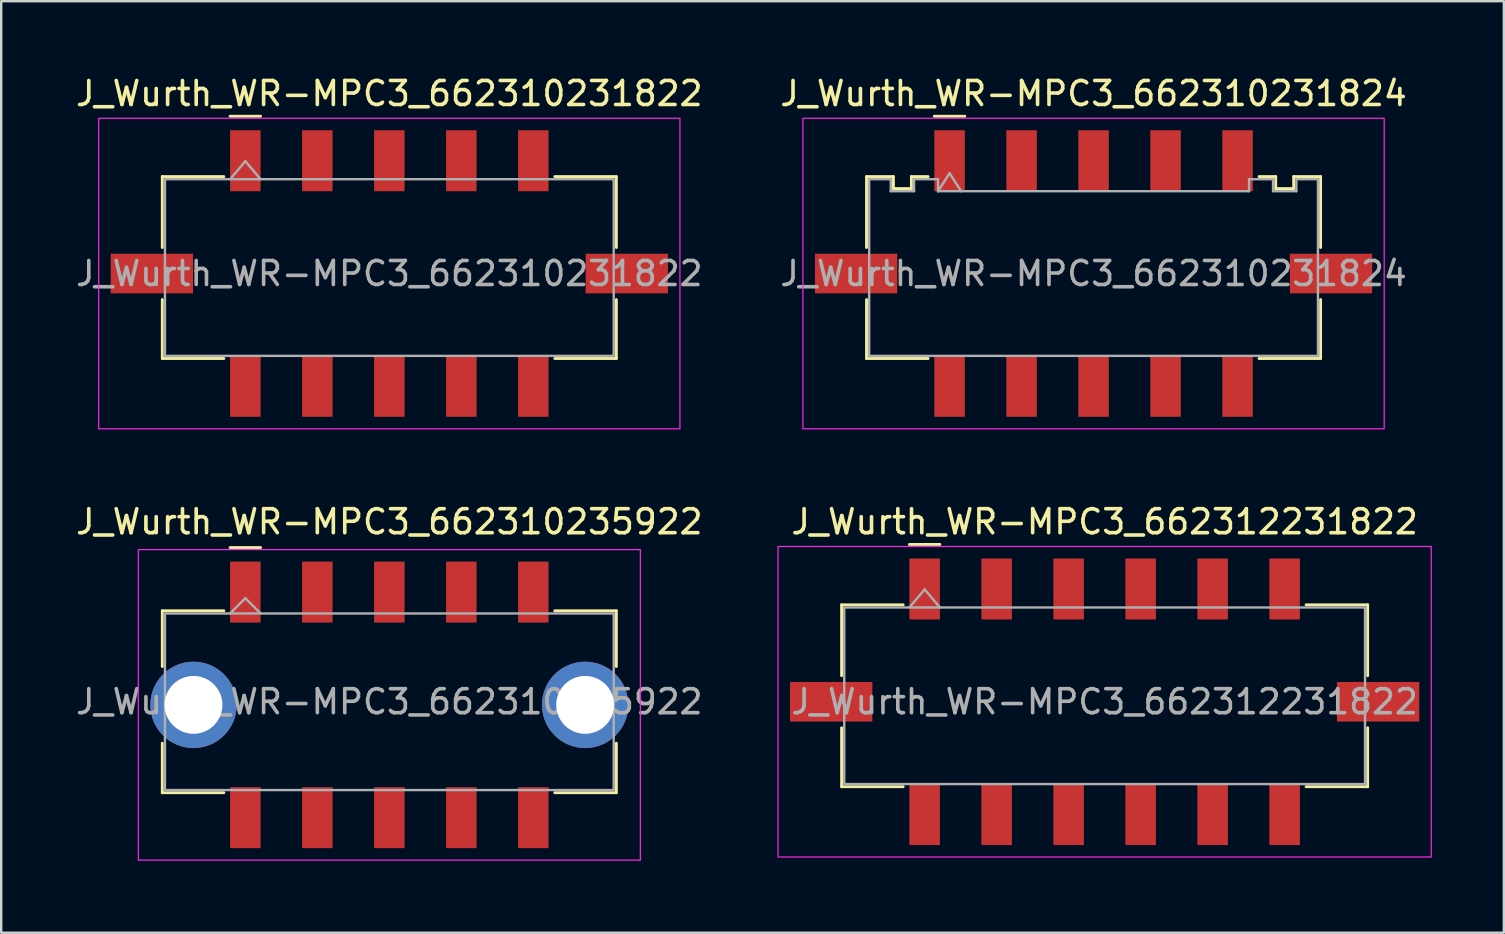
<source format=kicad_pcb>
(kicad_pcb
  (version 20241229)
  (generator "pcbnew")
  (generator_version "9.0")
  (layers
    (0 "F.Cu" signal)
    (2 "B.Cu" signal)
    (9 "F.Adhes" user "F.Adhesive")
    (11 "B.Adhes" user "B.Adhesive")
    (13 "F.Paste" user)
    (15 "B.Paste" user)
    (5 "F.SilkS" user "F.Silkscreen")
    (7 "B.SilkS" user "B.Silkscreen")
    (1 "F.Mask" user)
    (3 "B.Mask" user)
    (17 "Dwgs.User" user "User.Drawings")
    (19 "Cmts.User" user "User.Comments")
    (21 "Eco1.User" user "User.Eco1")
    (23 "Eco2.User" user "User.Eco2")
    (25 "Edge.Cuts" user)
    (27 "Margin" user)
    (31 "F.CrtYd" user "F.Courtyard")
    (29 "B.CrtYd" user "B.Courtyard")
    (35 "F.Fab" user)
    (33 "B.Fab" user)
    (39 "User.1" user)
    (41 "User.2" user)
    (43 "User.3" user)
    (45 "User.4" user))
  (footprint "J_Wurth_WR-MPC3_662310235922"
    (layer "F.Cu")
    (at 13.173 26.192)
    (property "Reference" "J_Wurth_WR-MPC3_662310235922" (at 0 -7.5 0) (unlocked yes) (layer "F.SilkS") (effects (font (size 1 1) (thickness 0.15))))
    (attr smd)
    (fp_line (start -9.46 -3.79) (end -9.46 -1.468) (stroke (width 0.12) (type default)) (layer "F.SilkS"))
    (fp_line (start -9.46 1.728) (end -9.46 3.79) (stroke (width 0.12) (type default)) (layer "F.SilkS"))
    (fp_line (start -6.895 -3.79) (end -9.46 -3.79) (stroke (width 0.12) (type solid)) (layer "F.SilkS"))
    (fp_line (start -6.895 3.79) (end -9.46 3.79) (stroke (width 0.12) (type solid)) (layer "F.SilkS"))
    (fp_line (start -6.635 -6.425) (end -5.365 -6.425) (stroke (width 0.12) (type solid)) (layer "F.SilkS"))
    (fp_line (start 9.46 -3.79) (end 6.895 -3.79) (stroke (width 0.12) (type solid)) (layer "F.SilkS"))
    (fp_line (start 9.46 -3.79) (end 9.46 -1.468) (stroke (width 0.12) (type default)) (layer "F.SilkS"))
    (fp_line (start 9.46 1.728) (end 9.46 3.79) (stroke (width 0.12) (type default)) (layer "F.SilkS"))
    (fp_line (start 9.46 3.79) (end 6.895 3.79) (stroke (width 0.12) (type solid)) (layer "F.SilkS"))
    (fp_rect (start -10.46 -6.34) (end 10.46 6.6) (stroke (width 0.05) (type solid)) (fill no) (layer "F.CrtYd"))
    (fp_line (start -6 -4.315) (end -6.635 -3.68) (stroke (width 0.1) (type default)) (layer "F.Fab"))
    (fp_line (start -5.365 -3.68) (end -6 -4.315) (stroke (width 0.1) (type default)) (layer "F.Fab"))
    (fp_rect (start -9.35 -3.68) (end 9.35 3.68) (stroke (width 0.1) (type solid)) (fill no) (layer "F.Fab"))
    (fp_text user "${REFERENCE}" (at 0 0 0) (unlocked yes) (layer "F.Fab") (effects (font (size 1 1) (thickness 0.15))))
    (pad "1" smd rect (at -6 -4.57 180) (size 1.27 2.54) (layers "F.Cu" "F.Mask" "F.Paste"))
    (pad "2" smd rect (at -3 -4.57 180) (size 1.27 2.54) (layers "F.Cu" "F.Mask" "F.Paste"))
    (pad "3" smd rect (at 0 -4.57 180) (size 1.27 2.54) (layers "F.Cu" "F.Mask" "F.Paste"))
    (pad "4" smd rect (at 3 -4.57 180) (size 1.27 2.54) (layers "F.Cu" "F.Mask" "F.Paste"))
    (pad "5" smd rect (at 6 -4.57 180) (size 1.27 2.54) (layers "F.Cu" "F.Mask" "F.Paste"))
    (pad "6" smd rect (at -6 4.83 180) (size 1.27 2.54) (layers "F.Cu" "F.Mask" "F.Paste"))
    (pad "7" smd rect (at -3 4.83 180) (size 1.27 2.54) (layers "F.Cu" "F.Mask" "F.Paste"))
    (pad "8" smd rect (at 0 4.83 180) (size 1.27 2.54) (layers "F.Cu" "F.Mask" "F.Paste"))
    (pad "9" smd rect (at 3 4.83 180) (size 1.27 2.54) (layers "F.Cu" "F.Mask" "F.Paste"))
    (pad "10" smd rect (at 6 4.83 180) (size 1.27 2.54) (layers "F.Cu" "F.Mask" "F.Paste"))
    (pad "MH1" thru_hole circle (at 8.16 0.13 180) (size 3.6 3.6) (drill 2.41) (layers "*.Cu" "*.Mask"))
    (pad "MH2" thru_hole circle (at -8.16 0.13 180) (size 3.6 3.6) (drill 2.41) (layers "*.Cu" "*.Mask")))
  (footprint "J_Wurth_WR-MPC3_662312231822"
    (layer "F.Cu")
    (at 42.98 26.192)
    (property "Reference" "J_Wurth_WR-MPC3_662312231822" (at 0 -7.5 0) (unlocked yes) (layer "F.SilkS") (effects (font (size 1 1) (thickness 0.15))))
    (attr smd)
    (fp_line (start -10.96 -4.04) (end -8.395 -4.04) (stroke (width 0.12) (type solid)) (layer "F.SilkS"))
    (fp_line (start -10.96 -1.085) (end -10.96 -4.04) (stroke (width 0.12) (type solid)) (layer "F.SilkS"))
    (fp_line (start -10.96 3.54) (end -10.96 1.085) (stroke (width 0.12) (type solid)) (layer "F.SilkS"))
    (fp_line (start -10.96 3.54) (end -8.395 3.54) (stroke (width 0.12) (type solid)) (layer "F.SilkS"))
    (fp_line (start -8.135 -6.555) (end -6.865 -6.555) (stroke (width 0.12) (type solid)) (layer "F.SilkS"))
    (fp_line (start 8.395 -4.04) (end 10.96 -4.04) (stroke (width 0.12) (type solid)) (layer "F.SilkS"))
    (fp_line (start 8.395 3.54) (end 10.96 3.54) (stroke (width 0.12) (type solid)) (layer "F.SilkS"))
    (fp_line (start 10.96 -1.085) (end 10.96 -4.04) (stroke (width 0.12) (type solid)) (layer "F.SilkS"))
    (fp_line (start 10.96 3.54) (end 10.96 1.085) (stroke (width 0.12) (type solid)) (layer "F.SilkS"))
    (fp_rect (start -13.61 -6.47) (end 13.61 6.47) (stroke (width 0.05) (type solid)) (fill no) (layer "F.CrtYd"))
    (fp_line (start -7.5 -4.68) (end -8.135 -3.93) (stroke (width 0.1) (type solid)) (layer "F.Fab"))
    (fp_line (start -7.5 -4.68) (end -6.865 -3.93) (stroke (width 0.1) (type solid)) (layer "F.Fab"))
    (fp_rect (start -10.85 -3.93) (end 10.85 3.43) (stroke (width 0.1) (type solid)) (fill no) (layer "F.Fab"))
    (fp_text user "${REFERENCE}" (at 0 0 0) (unlocked yes) (layer "F.Fab") (effects (font (size 1 1) (thickness 0.15))))
    (pad "1" smd rect (at -7.5 -4.7 180) (size 1.27 2.54) (layers "F.Cu" "F.Mask" "F.Paste"))
    (pad "2" smd rect (at -4.5 -4.7 180) (size 1.27 2.54) (layers "F.Cu" "F.Mask" "F.Paste"))
    (pad "3" smd rect (at -1.5 -4.7 180) (size 1.27 2.54) (layers "F.Cu" "F.Mask" "F.Paste"))
    (pad "4" smd rect (at 1.5 -4.7 180) (size 1.27 2.54) (layers "F.Cu" "F.Mask" "F.Paste"))
    (pad "5" smd rect (at 4.5 -4.7 180) (size 1.27 2.54) (layers "F.Cu" "F.Mask" "F.Paste"))
    (pad "6" smd rect (at 7.5 -4.7 180) (size 1.27 2.54) (layers "F.Cu" "F.Mask" "F.Paste"))
    (pad "7" smd rect (at -7.5 4.7 180) (size 1.27 2.54) (layers "F.Cu" "F.Mask" "F.Paste"))
    (pad "8" smd rect (at -4.5 4.7 180) (size 1.27 2.54) (layers "F.Cu" "F.Mask" "F.Paste"))
    (pad "9" smd rect (at -1.5 4.7 180) (size 1.27 2.54) (layers "F.Cu" "F.Mask" "F.Paste"))
    (pad "10" smd rect (at 1.5 4.7 180) (size 1.27 2.54) (layers "F.Cu" "F.Mask" "F.Paste"))
    (pad "11" smd rect (at 4.5 4.7 180) (size 1.27 2.54) (layers "F.Cu" "F.Mask" "F.Paste"))
    (pad "12" smd rect (at 7.5 4.7 180) (size 1.27 2.54) (layers "F.Cu" "F.Mask" "F.Paste"))
    (pad "MP1" smd rect (at 11.395 0 180) (size 3.43 1.65) (layers "F.Cu" "F.Mask" "F.Paste"))
    (pad "MP2" smd rect (at -11.395 0 180) (size 3.43 1.65) (layers "F.Cu" "F.Mask" "F.Paste")))
  (footprint "J_Wurth_WR-MPC3_662310231822"
    (layer "F.Cu")
    (at 13.173 8.348)
    (property "Reference" "J_Wurth_WR-MPC3_662310231822" (at 0 -7.5 0) (unlocked yes) (layer "F.SilkS") (effects (font (size 1 1) (thickness 0.15))))
    (attr smd)
    (fp_line (start -9.46 -4.04) (end -6.895 -4.04) (stroke (width 0.12) (type solid)) (layer "F.SilkS"))
    (fp_line (start -9.46 -1.085) (end -9.46 -4.04) (stroke (width 0.12) (type solid)) (layer "F.SilkS"))
    (fp_line (start -9.46 3.54) (end -9.46 1.085) (stroke (width 0.12) (type solid)) (layer "F.SilkS"))
    (fp_line (start -9.46 3.54) (end -6.895 3.54) (stroke (width 0.12) (type solid)) (layer "F.SilkS"))
    (fp_line (start -6.635 -6.555) (end -5.365 -6.555) (stroke (width 0.12) (type solid)) (layer "F.SilkS"))
    (fp_line (start 6.895 -4.04) (end 9.46 -4.04) (stroke (width 0.12) (type solid)) (layer "F.SilkS"))
    (fp_line (start 6.895 3.54) (end 9.46 3.54) (stroke (width 0.12) (type solid)) (layer "F.SilkS"))
    (fp_line (start 9.46 -1.085) (end 9.46 -4.04) (stroke (width 0.12) (type solid)) (layer "F.SilkS"))
    (fp_line (start 9.46 3.54) (end 9.46 1.085) (stroke (width 0.12) (type solid)) (layer "F.SilkS"))
    (fp_rect (start -12.11 -6.47) (end 12.11 6.47) (stroke (width 0.05) (type solid)) (fill no) (layer "F.CrtYd"))
    (fp_line (start -6 -4.68) (end -6.635 -3.93) (stroke (width 0.1) (type solid)) (layer "F.Fab"))
    (fp_line (start -6 -4.68) (end -5.365 -3.93) (stroke (width 0.1) (type solid)) (layer "F.Fab"))
    (fp_rect (start -9.35 -3.93) (end 9.35 3.43) (stroke (width 0.1) (type solid)) (fill no) (layer "F.Fab"))
    (fp_text user "${REFERENCE}" (at 0 0 0) (unlocked yes) (layer "F.Fab") (effects (font (size 1 1) (thickness 0.15))))
    (pad "1" smd rect (at -6 -4.7 180) (size 1.27 2.54) (layers "F.Cu" "F.Mask" "F.Paste"))
    (pad "2" smd rect (at -3 -4.7 180) (size 1.27 2.54) (layers "F.Cu" "F.Mask" "F.Paste"))
    (pad "3" smd rect (at 0 -4.7 180) (size 1.27 2.54) (layers "F.Cu" "F.Mask" "F.Paste"))
    (pad "4" smd rect (at 3 -4.7 180) (size 1.27 2.54) (layers "F.Cu" "F.Mask" "F.Paste"))
    (pad "5" smd rect (at 6 -4.7 180) (size 1.27 2.54) (layers "F.Cu" "F.Mask" "F.Paste"))
    (pad "6" smd rect (at -6 4.7 180) (size 1.27 2.54) (layers "F.Cu" "F.Mask" "F.Paste"))
    (pad "7" smd rect (at -3 4.7 180) (size 1.27 2.54) (layers "F.Cu" "F.Mask" "F.Paste"))
    (pad "8" smd rect (at 0 4.7 180) (size 1.27 2.54) (layers "F.Cu" "F.Mask" "F.Paste"))
    (pad "9" smd rect (at 3 4.7 180) (size 1.27 2.54) (layers "F.Cu" "F.Mask" "F.Paste"))
    (pad "10" smd rect (at 6 4.7 180) (size 1.27 2.54) (layers "F.Cu" "F.Mask" "F.Paste"))
    (pad "MP1" smd rect (at 9.895 0 180) (size 3.43 1.65) (layers "F.Cu" "F.Mask" "F.Paste"))
    (pad "MP2" smd rect (at -9.895 0 180) (size 3.43 1.65) (layers "F.Cu" "F.Mask" "F.Paste")))
  (footprint "J_Wurth_WR-MPC3_662310231824"
    (layer "F.Cu")
    (at 42.518 8.348)
    (property "Reference" "J_Wurth_WR-MPC3_662310231824" (at 0 -7.5 0) (unlocked yes) (layer "F.SilkS") (effects (font (size 1 1) (thickness 0.15))))
    (attr smd)
    (fp_line (start -9.46 -4.04) (end -9.46 -1.085) (stroke (width 0.12) (type solid)) (layer "F.SilkS"))
    (fp_line (start -9.46 3.54) (end -9.46 1.085) (stroke (width 0.12) (type solid)) (layer "F.SilkS"))
    (fp_line (start -8.34 -4.04) (end -9.46 -4.04) (stroke (width 0.12) (type default)) (layer "F.SilkS"))
    (fp_line (start -8.34 -3.54) (end -8.34 -4.04) (stroke (width 0.12) (type default)) (layer "F.SilkS"))
    (fp_line (start -7.59 -4.04) (end -7.59 -3.54) (stroke (width 0.12) (type default)) (layer "F.SilkS"))
    (fp_line (start -7.59 -4.04) (end -6.895 -4.04) (stroke (width 0.12) (type solid)) (layer "F.SilkS"))
    (fp_line (start -7.59 -3.54) (end -8.34 -3.54) (stroke (width 0.12) (type default)) (layer "F.SilkS"))
    (fp_line (start -6.895 3.54) (end -9.46 3.54) (stroke (width 0.12) (type solid)) (layer "F.SilkS"))
    (fp_line (start -6.635 -6.555) (end -5.365 -6.555) (stroke (width 0.12) (type solid)) (layer "F.SilkS"))
    (fp_line (start 6.895 -4.04) (end 7.59 -4.04) (stroke (width 0.12) (type solid)) (layer "F.SilkS"))
    (fp_line (start 7.59 -3.54) (end 7.59 -4.04) (stroke (width 0.12) (type default)) (layer "F.SilkS"))
    (fp_line (start 8.34 -4.04) (end 8.34 -3.54) (stroke (width 0.12) (type default)) (layer "F.SilkS"))
    (fp_line (start 8.34 -3.54) (end 7.59 -3.54) (stroke (width 0.12) (type default)) (layer "F.SilkS"))
    (fp_line (start 9.46 -4.04) (end 8.34 -4.04) (stroke (width 0.12) (type default)) (layer "F.SilkS"))
    (fp_line (start 9.46 -4.04) (end 9.46 -1.085) (stroke (width 0.12) (type solid)) (layer "F.SilkS"))
    (fp_line (start 9.46 3.54) (end 6.895 3.54) (stroke (width 0.12) (type solid)) (layer "F.SilkS"))
    (fp_line (start 9.46 3.54) (end 9.46 1.085) (stroke (width 0.12) (type solid)) (layer "F.SilkS"))
    (fp_rect (start -12.11 -6.47) (end 12.11 6.47) (stroke (width 0.05) (type solid)) (fill no) (layer "F.CrtYd"))
    (fp_line (start -9.35 -3.93) (end -8.45 -3.93) (stroke (width 0.1) (type solid)) (layer "F.Fab"))
    (fp_line (start -9.35 3.43) (end -9.35 -3.93) (stroke (width 0.1) (type default)) (layer "F.Fab"))
    (fp_line (start -8.45 -3.93) (end -8.45 -3.43) (stroke (width 0.1) (type solid)) (layer "F.Fab"))
    (fp_line (start -7.48 -3.93) (end -7.48 -3.43) (stroke (width 0.1) (type solid)) (layer "F.Fab"))
    (fp_line (start -7.48 -3.43) (end -8.45 -3.43) (stroke (width 0.1) (type solid)) (layer "F.Fab"))
    (fp_line (start -6.48 -3.93) (end -7.48 -3.93) (stroke (width 0.1) (type solid)) (layer "F.Fab"))
    (fp_line (start -6.48 -3.93) (end -6.48 -3.43) (stroke (width 0.1) (type solid)) (layer "F.Fab"))
    (fp_line (start -6 -4.18) (end -6.48 -3.43) (stroke (width 0.1) (type solid)) (layer "F.Fab"))
    (fp_line (start -6 -4.18) (end -5.52 -3.43) (stroke (width 0.1) (type solid)) (layer "F.Fab"))
    (fp_line (start 6.48 -3.93) (end 6.48 -3.43) (stroke (width 0.1) (type solid)) (layer "F.Fab"))
    (fp_line (start 6.48 -3.43) (end -6.48 -3.43) (stroke (width 0.1) (type default)) (layer "F.Fab"))
    (fp_line (start 7.48 -3.93) (end 6.48 -3.93) (stroke (width 0.1) (type solid)) (layer "F.Fab"))
    (fp_line (start 7.48 -3.93) (end 7.48 -3.43) (stroke (width 0.1) (type solid)) (layer "F.Fab"))
    (fp_line (start 8.45 -3.93) (end 8.45 -3.43) (stroke (width 0.1) (type solid)) (layer "F.Fab"))
    (fp_line (start 8.45 -3.93) (end 9.35 -3.93) (stroke (width 0.1) (type solid)) (layer "F.Fab"))
    (fp_line (start 8.45 -3.43) (end 7.48 -3.43) (stroke (width 0.1) (type solid)) (layer "F.Fab"))
    (fp_line (start 9.35 -3.93) (end 9.35 3.43) (stroke (width 0.1) (type default)) (layer "F.Fab"))
    (fp_line (start 9.35 3.43) (end -9.35 3.43) (stroke (width 0.1) (type default)) (layer "F.Fab"))
    (fp_text user "${REFERENCE}" (at 0 0 0) (unlocked yes) (layer "F.Fab") (effects (font (size 1 1) (thickness 0.15))))
    (pad "1" smd rect (at -6 -4.7 180) (size 1.27 2.54) (layers "F.Cu" "F.Mask" "F.Paste"))
    (pad "2" smd rect (at -3 -4.7 180) (size 1.27 2.54) (layers "F.Cu" "F.Mask" "F.Paste"))
    (pad "3" smd rect (at 0 -4.7 180) (size 1.27 2.54) (layers "F.Cu" "F.Mask" "F.Paste"))
    (pad "4" smd rect (at 3 -4.7 180) (size 1.27 2.54) (layers "F.Cu" "F.Mask" "F.Paste"))
    (pad "5" smd rect (at 6 -4.7 180) (size 1.27 2.54) (layers "F.Cu" "F.Mask" "F.Paste"))
    (pad "6" smd rect (at -6 4.7 180) (size 1.27 2.54) (layers "F.Cu" "F.Mask" "F.Paste"))
    (pad "7" smd rect (at -3 4.7 180) (size 1.27 2.54) (layers "F.Cu" "F.Mask" "F.Paste"))
    (pad "8" smd rect (at 0 4.7 180) (size 1.27 2.54) (layers "F.Cu" "F.Mask" "F.Paste"))
    (pad "9" smd rect (at 3 4.7 180) (size 1.27 2.54) (layers "F.Cu" "F.Mask" "F.Paste"))
    (pad "10" smd rect (at 6 4.7 180) (size 1.27 2.54) (layers "F.Cu" "F.Mask" "F.Paste"))
    (pad "MP1" smd rect (at 9.895 0 180) (size 3.43 1.65) (layers "F.Cu" "F.Mask" "F.Paste"))
    (pad "MP2" smd rect (at -9.895 0 180) (size 3.43 1.65) (layers "F.Cu" "F.Mask" "F.Paste")))
  (gr_rect
    (start -3 -3)
    (end 59.615 35.816)
    (stroke (width 0.1) (type default))
    (fill no)
    (layer "Edge.Cuts")))
</source>
